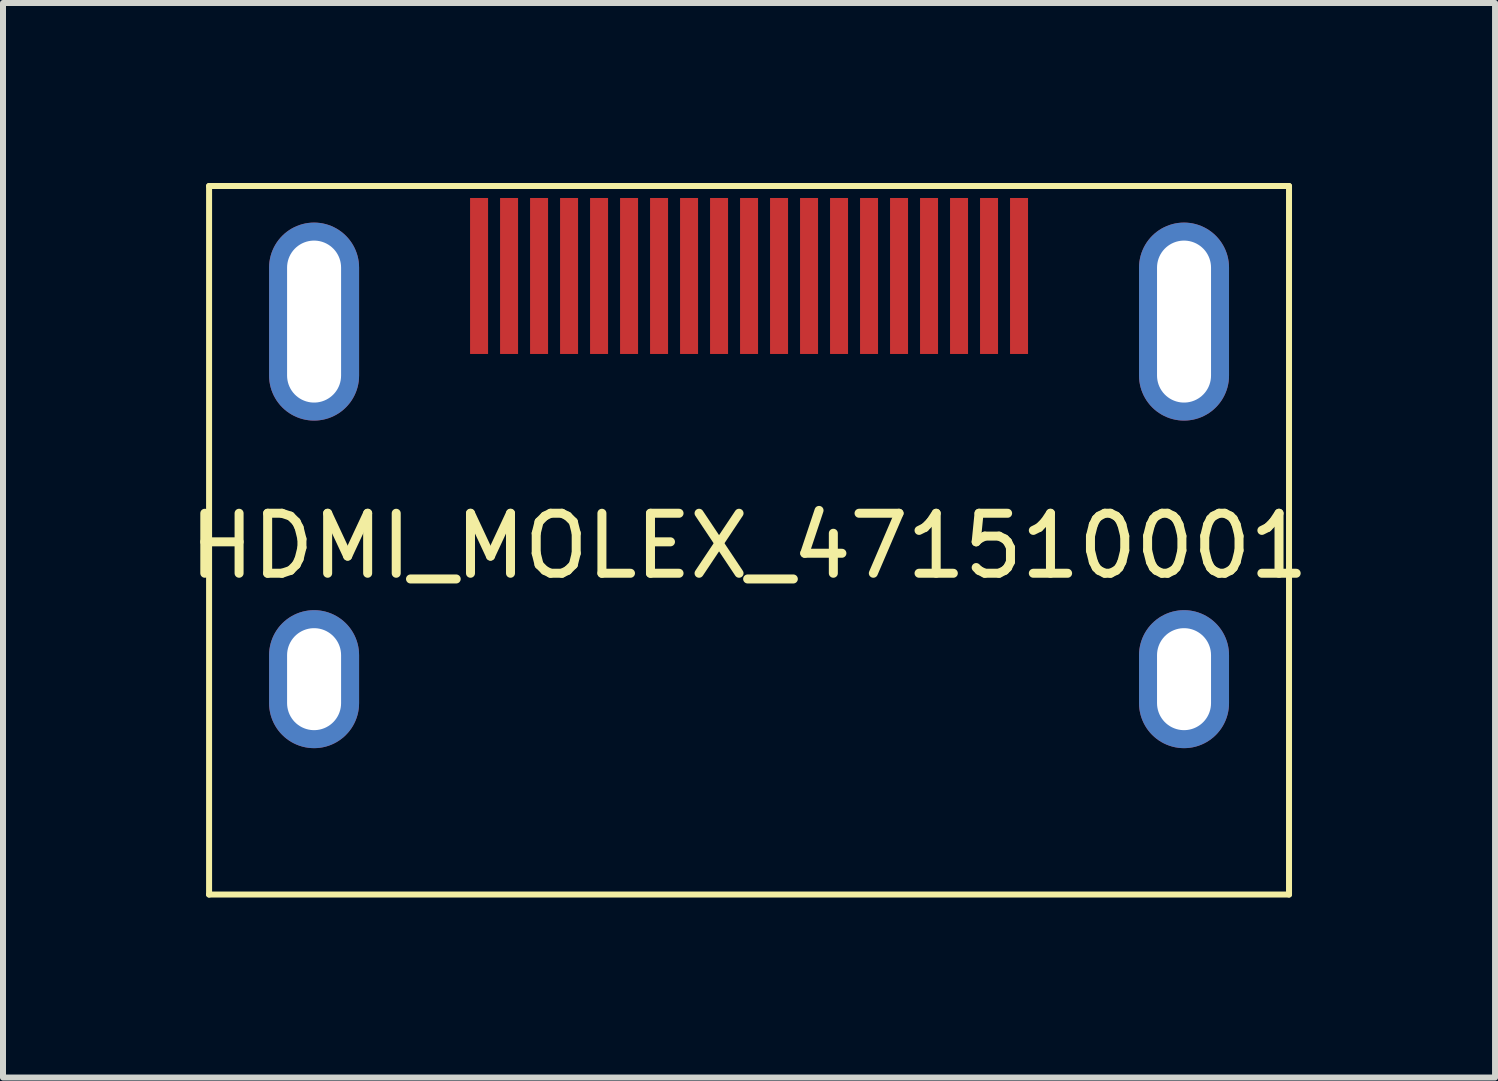
<source format=kicad_pcb>
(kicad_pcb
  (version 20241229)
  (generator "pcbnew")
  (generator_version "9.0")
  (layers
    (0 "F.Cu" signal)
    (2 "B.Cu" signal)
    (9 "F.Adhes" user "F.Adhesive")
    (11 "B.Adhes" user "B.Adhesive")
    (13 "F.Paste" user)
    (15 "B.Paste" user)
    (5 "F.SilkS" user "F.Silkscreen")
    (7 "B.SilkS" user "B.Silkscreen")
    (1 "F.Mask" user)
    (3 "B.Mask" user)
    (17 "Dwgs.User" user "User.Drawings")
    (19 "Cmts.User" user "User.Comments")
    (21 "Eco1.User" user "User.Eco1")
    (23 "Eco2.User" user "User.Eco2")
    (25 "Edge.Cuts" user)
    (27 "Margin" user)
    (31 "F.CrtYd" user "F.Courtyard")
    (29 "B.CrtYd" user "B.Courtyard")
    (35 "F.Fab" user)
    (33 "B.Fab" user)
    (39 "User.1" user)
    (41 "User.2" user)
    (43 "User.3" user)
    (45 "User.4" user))
  (footprint "HDMI_MOLEX_471510001"
    (layer "F.Cu")
    (at 9.435 1.55)
    (property "Reference" "HDMI_MOLEX_471510001" (at 0 4.5 0) (layer "F.SilkS") (effects (font (size 1 1) (thickness 0.15))))
    (attr through_hole)
    (fp_line (start -9 -1.5) (end -9 10.31) (stroke (width 0.1) (type solid)) (layer "F.SilkS"))
    (fp_line (start -9 10.31) (end 9 10.31) (stroke (width 0.1) (type solid)) (layer "F.SilkS"))
    (fp_line (start 9 -1.5) (end -9 -1.5) (stroke (width 0.1) (type solid)) (layer "F.SilkS"))
    (fp_line (start 9 10.31) (end 9 -1.5) (stroke (width 0.1) (type solid)) (layer "F.SilkS"))
    (pad "1" smd rect (at 4.5 0) (size 0.3 2.6) (layers "F.Cu" "F.Mask" "F.Paste"))
    (pad "2" smd rect (at 4 0) (size 0.3 2.6) (layers "F.Cu" "F.Mask" "F.Paste"))
    (pad "3" smd rect (at 3.5 0) (size 0.3 2.6) (layers "F.Cu" "F.Mask" "F.Paste"))
    (pad "4" smd rect (at 3 0) (size 0.3 2.6) (layers "F.Cu" "F.Mask" "F.Paste"))
    (pad "5" smd rect (at 2.5 0) (size 0.3 2.6) (layers "F.Cu" "F.Mask" "F.Paste"))
    (pad "6" smd rect (at 2 0) (size 0.3 2.6) (layers "F.Cu" "F.Mask" "F.Paste"))
    (pad "7" smd rect (at 1.5 0) (size 0.3 2.6) (layers "F.Cu" "F.Mask" "F.Paste"))
    (pad "8" smd rect (at 1 0) (size 0.3 2.6) (layers "F.Cu" "F.Mask" "F.Paste"))
    (pad "9" smd rect (at 0.5 0) (size 0.3 2.6) (layers "F.Cu" "F.Mask" "F.Paste"))
    (pad "10" smd rect (at 0 0) (size 0.3 2.6) (layers "F.Cu" "F.Mask" "F.Paste"))
    (pad "11" smd rect (at -0.5 0) (size 0.3 2.6) (layers "F.Cu" "F.Mask" "F.Paste"))
    (pad "12" smd rect (at -1 0) (size 0.3 2.6) (layers "F.Cu" "F.Mask" "F.Paste"))
    (pad "13" smd rect (at -1.5 0) (size 0.3 2.6) (layers "F.Cu" "F.Mask" "F.Paste"))
    (pad "14" smd rect (at -2 0) (size 0.3 2.6) (layers "F.Cu" "F.Mask" "F.Paste"))
    (pad "15" smd rect (at -2.5 0) (size 0.3 2.6) (layers "F.Cu" "F.Mask" "F.Paste"))
    (pad "16" smd rect (at -3 0) (size 0.3 2.6) (layers "F.Cu" "F.Mask" "F.Paste"))
    (pad "17" smd rect (at -3.5 0) (size 0.3 2.6) (layers "F.Cu" "F.Mask" "F.Paste"))
    (pad "18" smd rect (at -4 0) (size 0.3 2.6) (layers "F.Cu" "F.Mask" "F.Paste"))
    (pad "19" smd rect (at -4.5 0) (size 0.3 2.6) (layers "F.Cu" "F.Mask" "F.Paste"))
    (pad "SH" thru_hole oval (at -7.25 0.76) (size 1.5 3.3) (drill oval 0.9 2.7) (layers "*.Cu" "*.Mask"))
    (pad "SH" thru_hole oval (at -7.25 6.72) (size 1.5 2.3) (drill oval 0.9 1.7) (layers "*.Cu" "*.Mask"))
    (pad "SH" thru_hole oval (at 7.25 0.76) (size 1.5 3.3) (drill oval 0.9 2.7) (layers "*.Cu" "*.Mask"))
    (pad "SH" thru_hole oval (at 7.25 6.72) (size 1.5 2.3) (drill oval 0.9 1.7) (layers "*.Cu" "*.Mask")))
  (gr_rect
    (start -3 -3)
    (end 21.869 14.91)
    (stroke (width 0.1) (type default))
    (fill no)
    (layer "Edge.Cuts")))
</source>
